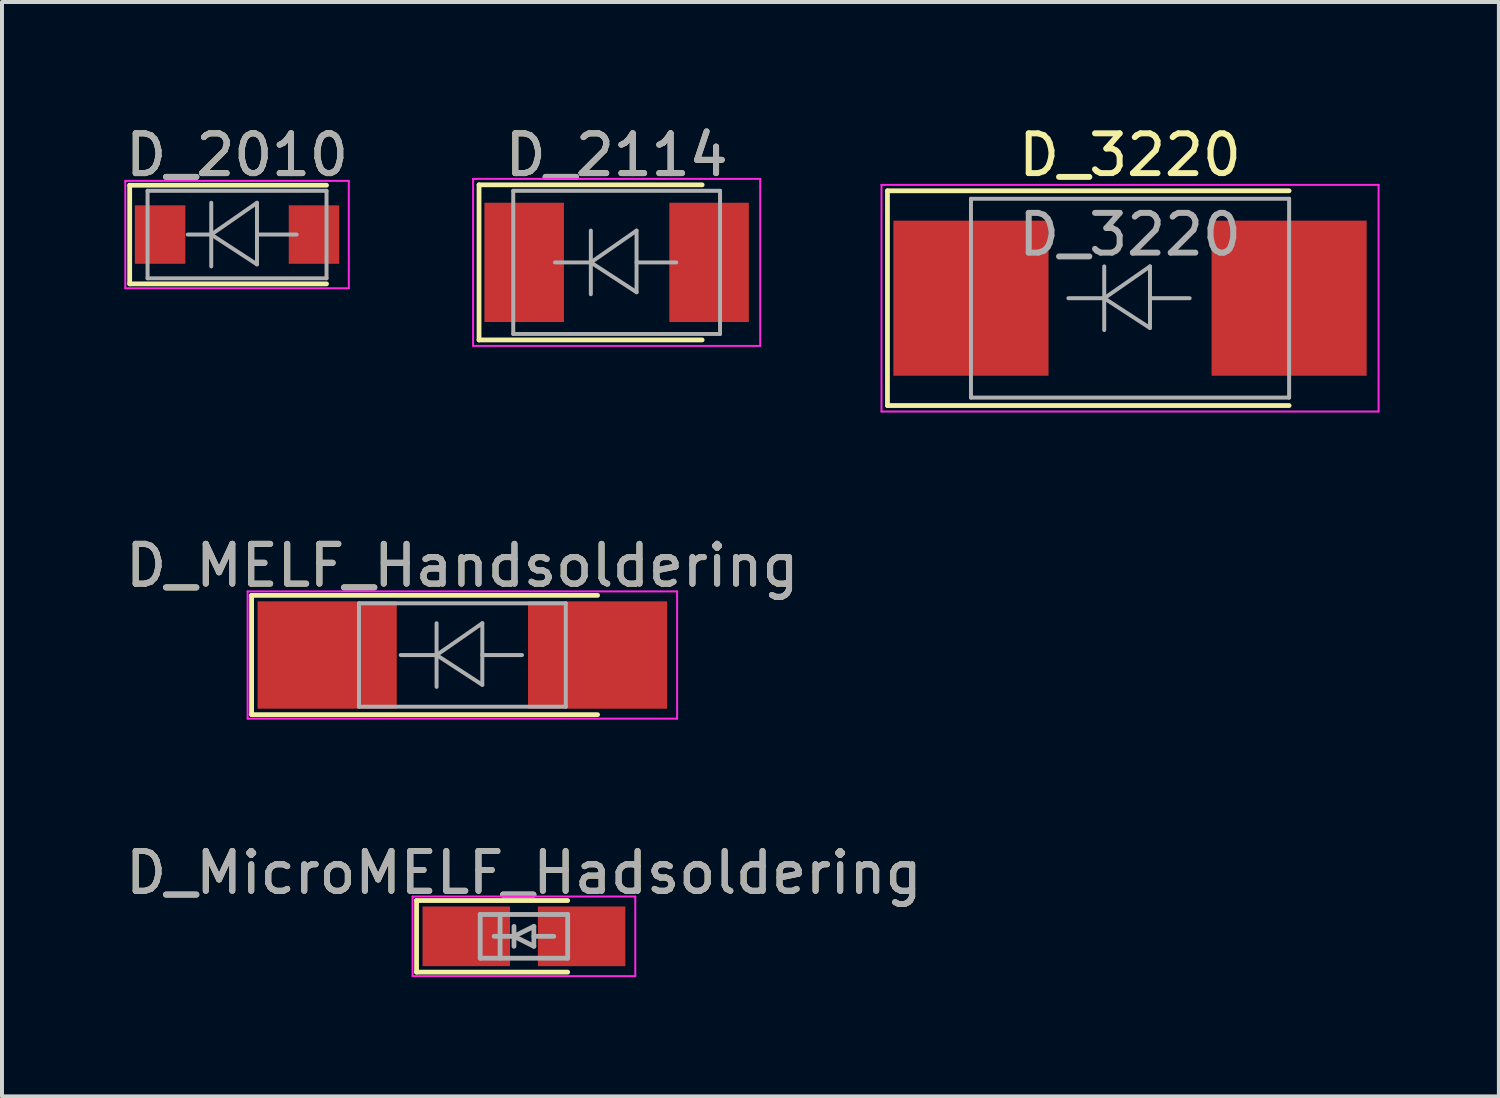
<source format=kicad_pcb>
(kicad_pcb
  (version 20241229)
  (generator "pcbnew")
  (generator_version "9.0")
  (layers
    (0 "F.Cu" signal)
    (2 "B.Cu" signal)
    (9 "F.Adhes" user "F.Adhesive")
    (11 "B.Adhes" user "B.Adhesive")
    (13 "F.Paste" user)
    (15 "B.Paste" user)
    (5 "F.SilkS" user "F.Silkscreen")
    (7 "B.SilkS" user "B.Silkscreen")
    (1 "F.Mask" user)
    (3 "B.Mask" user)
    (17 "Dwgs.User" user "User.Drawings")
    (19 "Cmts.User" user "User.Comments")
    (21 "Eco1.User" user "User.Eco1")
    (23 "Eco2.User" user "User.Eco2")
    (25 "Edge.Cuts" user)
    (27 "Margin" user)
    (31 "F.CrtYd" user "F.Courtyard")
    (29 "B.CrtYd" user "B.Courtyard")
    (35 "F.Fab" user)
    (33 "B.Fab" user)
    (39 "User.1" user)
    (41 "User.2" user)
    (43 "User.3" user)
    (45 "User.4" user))
  (footprint "D_2114"
    (layer "F.Cu")
    (at 12.456 3.548)
    (property "Reference" "D_2114" (at 0 -2.7 0) (layer "F.SilkS") (effects (font (size 1 1) (thickness 0.15))))
    (attr smd)
    (fp_line (start -3.46 -1.95) (end -3.46 1.95) (stroke (width 0.12) (type solid)) (layer "F.SilkS"))
    (fp_line (start -3.46 -1.95) (end 2.15 -1.95) (stroke (width 0.12) (type solid)) (layer "F.SilkS"))
    (fp_line (start -3.46 1.95) (end 2.15 1.95) (stroke (width 0.12) (type solid)) (layer "F.SilkS"))
    (fp_line (start -3.61 -2.1) (end 3.61 -2.1) (stroke (width 0.05) (type solid)) (layer "F.CrtYd"))
    (fp_line (start -3.61 2.1) (end -3.61 -2.1) (stroke (width 0.05) (type solid)) (layer "F.CrtYd"))
    (fp_line (start 3.61 -2.1) (end 3.61 2.1) (stroke (width 0.05) (type solid)) (layer "F.CrtYd"))
    (fp_line (start 3.61 2.1) (end -3.61 2.1) (stroke (width 0.05) (type solid)) (layer "F.CrtYd"))
    (fp_line (start -2.6 1.8) (end -2.6 -1.8) (stroke (width 0.1) (type solid)) (layer "F.Fab"))
    (fp_line (start -0.649 -0.799) (end -0.649 0.801) (stroke (width 0.1) (type solid)) (layer "F.Fab"))
    (fp_line (start -0.649 0.001) (end -1.551 0.001) (stroke (width 0.1) (type solid)) (layer "F.Fab"))
    (fp_line (start -0.649 0.001) (end 0.501 -0.799) (stroke (width 0.1) (type solid)) (layer "F.Fab"))
    (fp_line (start -0.649 0.001) (end 0.501 0.75) (stroke (width 0.1) (type solid)) (layer "F.Fab"))
    (fp_line (start 0.501 0.001) (end 1.499 0.001) (stroke (width 0.1) (type solid)) (layer "F.Fab"))
    (fp_line (start 0.501 0.75) (end 0.501 -0.799) (stroke (width 0.1) (type solid)) (layer "F.Fab"))
    (fp_line (start 2.6 -1.8) (end -2.6 -1.8) (stroke (width 0.1) (type solid)) (layer "F.Fab"))
    (fp_line (start 2.6 1.8) (end -2.6 1.8) (stroke (width 0.1) (type solid)) (layer "F.Fab"))
    (fp_line (start 2.6 1.8) (end 2.6 -1.8) (stroke (width 0.1) (type solid)) (layer "F.Fab"))
    (fp_text user "${REFERENCE}" (at 0 -2.7 0) (layer "F.Fab") (effects (font (size 1 1) (thickness 0.15))))
    (pad "1" smd rect (at -2.325 0) (size 2 3) (layers "F.Cu" "F.Mask" "F.Paste"))
    (pad "2" smd rect (at 2.325 0) (size 2 3) (layers "F.Cu" "F.Mask" "F.Paste")))
  (footprint "D_2010"
    (layer "F.Cu")
    (at 2.911 2.848)
    (property "Reference" "D_2010" (at 0 -2 0) (layer "F.SilkS") (effects (font (size 1 1) (thickness 0.15))))
    (attr smd)
    (fp_line (start -2.7 -1.24) (end -2.7 1.24) (stroke (width 0.12) (type solid)) (layer "F.SilkS"))
    (fp_line (start -2.7 -1.24) (end 2.25 -1.24) (stroke (width 0.12) (type solid)) (layer "F.SilkS"))
    (fp_line (start -2.7 1.24) (end 2.25 1.24) (stroke (width 0.12) (type solid)) (layer "F.SilkS"))
    (fp_line (start -2.81 -1.35) (end 2.81 -1.35) (stroke (width 0.05) (type solid)) (layer "F.CrtYd"))
    (fp_line (start -2.81 1.35) (end -2.81 -1.35) (stroke (width 0.05) (type solid)) (layer "F.CrtYd"))
    (fp_line (start -2.81 1.35) (end 2.81 1.35) (stroke (width 0.05) (type solid)) (layer "F.CrtYd"))
    (fp_line (start 2.81 1.35) (end 2.81 -1.35) (stroke (width 0.05) (type solid)) (layer "F.CrtYd"))
    (fp_line (start -2.25 1.1) (end -2.25 -1.1) (stroke (width 0.1) (type solid)) (layer "F.Fab"))
    (fp_line (start -0.649 -0.799) (end -0.649 0.801) (stroke (width 0.1) (type solid)) (layer "F.Fab"))
    (fp_line (start -0.649 0) (end -1.24 0) (stroke (width 0.1) (type solid)) (layer "F.Fab"))
    (fp_line (start -0.649 0) (end 0.501 -0.799) (stroke (width 0.1) (type solid)) (layer "F.Fab"))
    (fp_line (start -0.649 0) (end 0.501 0.75) (stroke (width 0.1) (type solid)) (layer "F.Fab"))
    (fp_line (start 0.501 0) (end 1.499 0) (stroke (width 0.1) (type solid)) (layer "F.Fab"))
    (fp_line (start 0.501 0.75) (end 0.501 -0.799) (stroke (width 0.1) (type solid)) (layer "F.Fab"))
    (fp_line (start 2.25 -1.1) (end -2.25 -1.1) (stroke (width 0.1) (type solid)) (layer "F.Fab"))
    (fp_line (start 2.25 -1.1) (end 2.25 1.1) (stroke (width 0.1) (type solid)) (layer "F.Fab"))
    (fp_line (start 2.25 1.1) (end -2.25 1.1) (stroke (width 0.1) (type solid)) (layer "F.Fab"))
    (fp_text user "${REFERENCE}" (at 0 -2 0) (layer "F.Fab") (effects (font (size 1 1) (thickness 0.15))))
    (pad "1" smd rect (at -1.935 0) (size 1.27 1.47) (layers "F.Cu" "F.Mask" "F.Paste"))
    (pad "2" smd rect (at 1.935 0) (size 1.27 1.47) (layers "F.Cu" "F.Mask" "F.Paste")))
  (footprint "D_MicroMELF_Hadsoldering"
    (layer "F.Cu")
    (at 10.125 20.495)
    (property "Reference" "D_MicroMELF_Hadsoldering" (at 0 -1.6 0) (layer "F.SilkS") (effects (font (size 1 1) (thickness 0.15))))
    (attr smd)
    (fp_line (start -2.7 -0.9) (end -2.7 0.9) (stroke (width 0.12) (type solid)) (layer "F.SilkS"))
    (fp_line (start -2.7 0.9) (end 1.1 0.9) (stroke (width 0.12) (type solid)) (layer "F.SilkS"))
    (fp_line (start 1.1 -0.9) (end -2.7 -0.9) (stroke (width 0.12) (type solid)) (layer "F.SilkS"))
    (fp_line (start -2.8 -1) (end -2.8 1) (stroke (width 0.05) (type solid)) (layer "F.CrtYd"))
    (fp_line (start -2.8 -1) (end 2.8 -1) (stroke (width 0.05) (type solid)) (layer "F.CrtYd"))
    (fp_line (start 2.8 1) (end -2.8 1) (stroke (width 0.05) (type solid)) (layer "F.CrtYd"))
    (fp_line (start 2.8 1) (end 2.8 -1) (stroke (width 0.05) (type solid)) (layer "F.CrtYd"))
    (fp_line (start -1.1 -0.55) (end 1.1 -0.55) (stroke (width 0.12) (type solid)) (layer "F.Fab"))
    (fp_line (start -1.1 0.55) (end -1.1 -0.55) (stroke (width 0.12) (type solid)) (layer "F.Fab"))
    (fp_line (start -0.6 -0.55) (end -0.6 0.55) (stroke (width 0.12) (type solid)) (layer "F.Fab"))
    (fp_line (start -0.25 -0.25) (end -0.25 0.25) (stroke (width 0.12) (type solid)) (layer "F.Fab"))
    (fp_line (start -0.25 0) (end -0.75 0) (stroke (width 0.12) (type solid)) (layer "F.Fab"))
    (fp_line (start -0.25 0) (end 0.25 -0.25) (stroke (width 0.12) (type solid)) (layer "F.Fab"))
    (fp_line (start 0.25 -0.25) (end 0.25 0.25) (stroke (width 0.12) (type solid)) (layer "F.Fab"))
    (fp_line (start 0.25 0) (end 0.75 0) (stroke (width 0.12) (type solid)) (layer "F.Fab"))
    (fp_line (start 0.25 0.25) (end -0.25 0) (stroke (width 0.12) (type solid)) (layer "F.Fab"))
    (fp_line (start 1.1 -0.55) (end 1.1 0.55) (stroke (width 0.12) (type solid)) (layer "F.Fab"))
    (fp_line (start 1.1 0.55) (end -1.1 0.55) (stroke (width 0.12) (type solid)) (layer "F.Fab"))
    (fp_text user "${REFERENCE}" (at 0 -1.6 0) (layer "F.Fab") (effects (font (size 1 1) (thickness 0.15))))
    (pad "1" smd rect (at -1.45 0) (size 2.2 1.5) (layers "F.Cu" "F.Mask" "F.Paste"))
    (pad "2" smd rect (at 1.45 0) (size 2.2 1.5) (layers "F.Cu" "F.Mask" "F.Paste")))
  (footprint "D_MELF_Handsoldering"
    (layer "F.Cu")
    (at 8.577 13.421)
    (property "Reference" "D_MELF_Handsoldering" (at 0 -2.25 0) (layer "F.SilkS") (effects (font (size 1 1) (thickness 0.15))))
    (attr smd)
    (fp_line (start -5.3 -1.5) (end -5.3 1.5) (stroke (width 0.12) (type solid)) (layer "F.SilkS"))
    (fp_line (start -5.3 1.5) (end 3.4 1.5) (stroke (width 0.12) (type solid)) (layer "F.SilkS"))
    (fp_line (start 3.4 -1.5) (end -5.3 -1.5) (stroke (width 0.12) (type solid)) (layer "F.SilkS"))
    (fp_line (start -5.4 -1.6) (end 5.4 -1.6) (stroke (width 0.05) (type solid)) (layer "F.CrtYd"))
    (fp_line (start -5.4 1.6) (end -5.4 -1.6) (stroke (width 0.05) (type solid)) (layer "F.CrtYd"))
    (fp_line (start 5.4 -1.6) (end 5.4 1.6) (stroke (width 0.05) (type solid)) (layer "F.CrtYd"))
    (fp_line (start 5.4 1.6) (end -5.4 1.6) (stroke (width 0.05) (type solid)) (layer "F.CrtYd"))
    (fp_line (start -2.6 -1.3) (end -2.6 1.3) (stroke (width 0.1) (type solid)) (layer "F.Fab"))
    (fp_line (start -2.6 1.3) (end 2.6 1.3) (stroke (width 0.1) (type solid)) (layer "F.Fab"))
    (fp_line (start -0.649 -0.799) (end -0.649 0.801) (stroke (width 0.1) (type solid)) (layer "F.Fab"))
    (fp_line (start -0.649 0.001) (end -1.551 0.001) (stroke (width 0.1) (type solid)) (layer "F.Fab"))
    (fp_line (start -0.649 0.001) (end 0.501 -0.799) (stroke (width 0.1) (type solid)) (layer "F.Fab"))
    (fp_line (start -0.649 0.001) (end 0.501 0.75) (stroke (width 0.1) (type solid)) (layer "F.Fab"))
    (fp_line (start 0.501 0.001) (end 1.499 0.001) (stroke (width 0.1) (type solid)) (layer "F.Fab"))
    (fp_line (start 0.501 0.75) (end 0.501 -0.799) (stroke (width 0.1) (type solid)) (layer "F.Fab"))
    (fp_line (start 2.6 -1.3) (end -2.6 -1.3) (stroke (width 0.1) (type solid)) (layer "F.Fab"))
    (fp_line (start 2.6 1.3) (end 2.6 -1.3) (stroke (width 0.1) (type solid)) (layer "F.Fab"))
    (fp_text user "${REFERENCE}" (at 0 -2.25 0) (layer "F.Fab") (effects (font (size 1 1) (thickness 0.15))))
    (pad "1" smd rect (at -3.4 0) (size 3.5 2.7) (layers "F.Cu" "F.Mask" "F.Paste"))
    (pad "2" smd rect (at 3.4 0) (size 3.5 2.7) (layers "F.Cu" "F.Mask" "F.Paste")))
  (footprint "D_3220"
    (layer "F.Cu")
    (at 25.366 4.448)
    (property "Reference" "D_3220" (at 0 -3.6 0) (layer "F.SilkS") (effects (font (size 1 1) (thickness 0.15))))
    (attr smd)
    (fp_line (start -6.1 -2.7) (end 4 -2.7) (stroke (width 0.12) (type solid)) (layer "F.SilkS"))
    (fp_line (start -6.1 2.7) (end -6.1 -2.7) (stroke (width 0.12) (type solid)) (layer "F.SilkS"))
    (fp_line (start -6.1 2.7) (end 4 2.7) (stroke (width 0.12) (type solid)) (layer "F.SilkS"))
    (fp_line (start -6.25 -2.85) (end 6.25 -2.85) (stroke (width 0.05) (type solid)) (layer "F.CrtYd"))
    (fp_line (start -6.25 2.85) (end -6.25 -2.85) (stroke (width 0.05) (type solid)) (layer "F.CrtYd"))
    (fp_line (start -6.25 2.85) (end 6.25 2.85) (stroke (width 0.05) (type solid)) (layer "F.CrtYd"))
    (fp_line (start 6.25 2.85) (end 6.25 -2.85) (stroke (width 0.05) (type solid)) (layer "F.CrtYd"))
    (fp_line (start -4 2.5) (end -4 -2.5) (stroke (width 0.1) (type solid)) (layer "F.Fab"))
    (fp_line (start -0.649 -0.799) (end -0.649 0.801) (stroke (width 0.1) (type solid)) (layer "F.Fab"))
    (fp_line (start -0.649 0.001) (end -1.551 0.001) (stroke (width 0.1) (type solid)) (layer "F.Fab"))
    (fp_line (start -0.649 0.001) (end 0.501 -0.799) (stroke (width 0.1) (type solid)) (layer "F.Fab"))
    (fp_line (start -0.649 0.001) (end 0.501 0.75) (stroke (width 0.1) (type solid)) (layer "F.Fab"))
    (fp_line (start 0.501 0.001) (end 1.499 0.001) (stroke (width 0.1) (type solid)) (layer "F.Fab"))
    (fp_line (start 0.501 0.75) (end 0.501 -0.799) (stroke (width 0.1) (type solid)) (layer "F.Fab"))
    (fp_line (start 4 -2.5) (end -4 -2.5) (stroke (width 0.1) (type solid)) (layer "F.Fab"))
    (fp_line (start 4 -2.5) (end 4 2.5) (stroke (width 0.1) (type solid)) (layer "F.Fab"))
    (fp_line (start 4 2.5) (end -4 2.5) (stroke (width 0.1) (type solid)) (layer "F.Fab"))
    (fp_text user "${REFERENCE}" (at 0 -1.6 0) (layer "F.Fab") (effects (font (size 1 1) (thickness 0.15))))
    (pad "1" smd rect (at -4 0 90) (size 3.9 3.9) (layers "F.Cu" "F.Mask" "F.Paste"))
    (pad "2" smd rect (at 4 0 90) (size 3.9 3.9) (layers "F.Cu" "F.Mask" "F.Paste")))
  (gr_rect
    (start -3 -3)
    (end 34.641 24.52)
    (stroke (width 0.1) (type default))
    (fill no)
    (layer "Edge.Cuts")))
</source>
